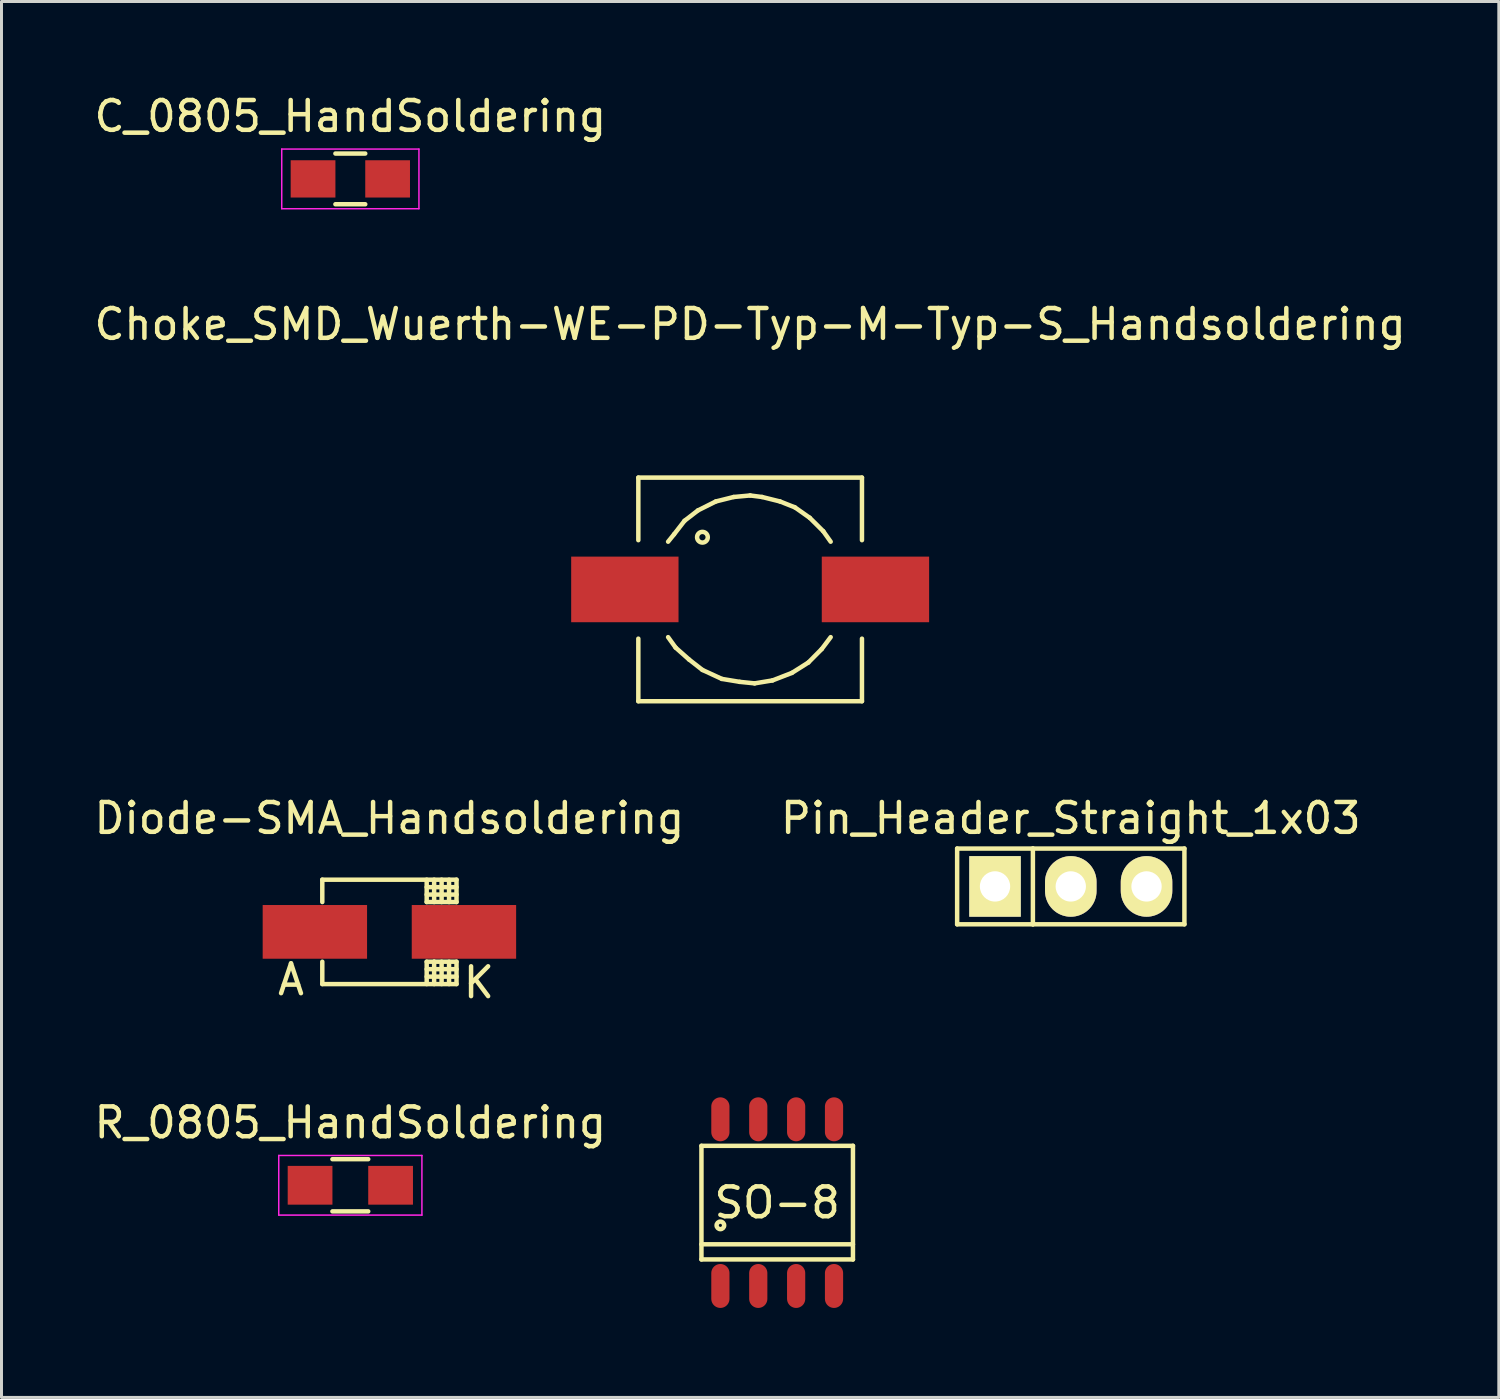
<source format=kicad_pcb>
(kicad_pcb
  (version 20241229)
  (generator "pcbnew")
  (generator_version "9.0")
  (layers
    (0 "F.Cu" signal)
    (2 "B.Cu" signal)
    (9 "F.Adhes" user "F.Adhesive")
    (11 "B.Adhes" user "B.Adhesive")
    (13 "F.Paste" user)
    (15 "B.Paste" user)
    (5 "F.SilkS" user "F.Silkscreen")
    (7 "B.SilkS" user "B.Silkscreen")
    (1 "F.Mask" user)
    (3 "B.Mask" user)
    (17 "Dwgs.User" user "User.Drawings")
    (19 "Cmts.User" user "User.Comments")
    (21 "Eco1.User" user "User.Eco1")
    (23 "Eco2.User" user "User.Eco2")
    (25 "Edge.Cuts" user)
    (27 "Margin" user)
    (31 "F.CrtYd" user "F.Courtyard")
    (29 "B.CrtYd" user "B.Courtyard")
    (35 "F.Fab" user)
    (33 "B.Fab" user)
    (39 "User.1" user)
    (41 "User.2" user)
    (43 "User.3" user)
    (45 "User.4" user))
  (footprint "C_0805_HandSoldering"
    (layer "F.Cu")
    (at 8.696 2.948)
    (property "Reference" "C_0805_HandSoldering" (at 0 -2.1 0) (layer "F.SilkS") (effects (font (size 1 1) (thickness 0.15))))
    (attr smd)
    (fp_line (start -0.5 0.85) (end 0.5 0.85) (stroke (width 0.15) (type solid)) (layer "F.SilkS"))
    (fp_line (start 0.5 -0.85) (end -0.5 -0.85) (stroke (width 0.15) (type solid)) (layer "F.SilkS"))
    (fp_line (start -2.3 -1) (end -2.3 1) (stroke (width 0.05) (type solid)) (layer "F.CrtYd"))
    (fp_line (start -2.3 -1) (end 2.3 -1) (stroke (width 0.05) (type solid)) (layer "F.CrtYd"))
    (fp_line (start -2.3 1) (end 2.3 1) (stroke (width 0.05) (type solid)) (layer "F.CrtYd"))
    (fp_line (start 2.3 -1) (end 2.3 1) (stroke (width 0.05) (type solid)) (layer "F.CrtYd"))
    (pad "1" smd rect (at -1.25 0) (size 1.5 1.25) (layers "F.Cu" "F.Mask" "F.Paste"))
    (pad "2" smd rect (at 1.25 0) (size 1.5 1.25) (layers "F.Cu" "F.Mask" "F.Paste")))
  (footprint "R_0805_HandSoldering"
    (layer "F.Cu")
    (at 8.696 36.69)
    (property "Reference" "R_0805_HandSoldering" (at 0 -2.1 0) (layer "F.SilkS") (effects (font (size 1 1) (thickness 0.15))))
    (attr smd)
    (fp_line (start -0.6 -0.875) (end 0.6 -0.875) (stroke (width 0.15) (type solid)) (layer "F.SilkS"))
    (fp_line (start 0.6 0.875) (end -0.6 0.875) (stroke (width 0.15) (type solid)) (layer "F.SilkS"))
    (fp_line (start -2.4 -1) (end -2.4 1) (stroke (width 0.05) (type solid)) (layer "F.CrtYd"))
    (fp_line (start -2.4 -1) (end 2.4 -1) (stroke (width 0.05) (type solid)) (layer "F.CrtYd"))
    (fp_line (start -2.4 1) (end 2.4 1) (stroke (width 0.05) (type solid)) (layer "F.CrtYd"))
    (fp_line (start 2.4 -1) (end 2.4 1) (stroke (width 0.05) (type solid)) (layer "F.CrtYd"))
    (pad "1" smd rect (at -1.35 0) (size 1.5 1.3) (layers "F.Cu" "F.Mask" "F.Paste"))
    (pad "2" smd rect (at 1.35 0) (size 1.5 1.3) (layers "F.Cu" "F.Mask" "F.Paste")))
  (footprint "Choke_SMD_Wuerth-WE-PD-Typ-M-Typ-S_Handsoldering"
    (layer "F.Cu")
    (at 22.101 16.712)
    (property "Reference" "Choke_SMD_Wuerth-WE-PD-Typ-M-Typ-S_Handsoldering" (at 0 -8.89 0) (layer "F.SilkS") (effects (font (size 1 1) (thickness 0.15))))
    (attr smd)
    (fp_line (start -3.749 -3.749) (end -3.749 -1.651) (stroke (width 0.15) (type solid)) (layer "F.SilkS"))
    (fp_line (start -3.749 1.651) (end -3.749 3.749) (stroke (width 0.15) (type solid)) (layer "F.SilkS"))
    (fp_line (start -3.749 3.749) (end 3.749 3.749) (stroke (width 0.15) (type solid)) (layer "F.SilkS"))
    (fp_line (start -2.751 1.6) (end -2.499 1.951) (stroke (width 0.15) (type solid)) (layer "F.SilkS"))
    (fp_line (start -2.55 -1.849) (end -2.751 -1.6) (stroke (width 0.15) (type solid)) (layer "F.SilkS"))
    (fp_line (start -2.499 1.951) (end -2.05 2.349) (stroke (width 0.15) (type solid)) (layer "F.SilkS"))
    (fp_line (start -2.2 -2.301) (end -2.55 -1.849) (stroke (width 0.15) (type solid)) (layer "F.SilkS"))
    (fp_line (start -2.05 2.349) (end -1.6 2.7) (stroke (width 0.15) (type solid)) (layer "F.SilkS"))
    (fp_line (start -1.75 -2.649) (end -2.2 -2.301) (stroke (width 0.15) (type solid)) (layer "F.SilkS"))
    (fp_line (start -1.6 2.7) (end -0.95 3) (stroke (width 0.15) (type solid)) (layer "F.SilkS"))
    (fp_line (start -1.151 -2.949) (end -1.75 -2.649) (stroke (width 0.15) (type solid)) (layer "F.SilkS"))
    (fp_line (start -0.95 3) (end -0.351 3.099) (stroke (width 0.15) (type solid)) (layer "F.SilkS"))
    (fp_line (start -0.551 -3.099) (end -1.151 -2.949) (stroke (width 0.15) (type solid)) (layer "F.SilkS"))
    (fp_line (start -0.351 3.099) (end 0.15 3.15) (stroke (width 0.15) (type solid)) (layer "F.SilkS"))
    (fp_line (start 0 -3.15) (end -0.551 -3.099) (stroke (width 0.15) (type solid)) (layer "F.SilkS"))
    (fp_line (start 0.15 3.15) (end 0.749 3.051) (stroke (width 0.15) (type solid)) (layer "F.SilkS"))
    (fp_line (start 0.399 -3.099) (end 0 -3.15) (stroke (width 0.15) (type solid)) (layer "F.SilkS"))
    (fp_line (start 0.749 3.051) (end 1.4 2.799) (stroke (width 0.15) (type solid)) (layer "F.SilkS"))
    (fp_line (start 1.001 -2.949) (end 0.399 -3.099) (stroke (width 0.15) (type solid)) (layer "F.SilkS"))
    (fp_line (start 1.4 2.799) (end 1.951 2.451) (stroke (width 0.15) (type solid)) (layer "F.SilkS"))
    (fp_line (start 1.501 -2.751) (end 1.001 -2.949) (stroke (width 0.15) (type solid)) (layer "F.SilkS"))
    (fp_line (start 1.951 2.451) (end 2.4 1.999) (stroke (width 0.15) (type solid)) (layer "F.SilkS"))
    (fp_line (start 1.999 -2.4) (end 1.501 -2.751) (stroke (width 0.15) (type solid)) (layer "F.SilkS"))
    (fp_line (start 2.4 1.999) (end 2.7 1.6) (stroke (width 0.15) (type solid)) (layer "F.SilkS"))
    (fp_line (start 2.451 -1.951) (end 1.999 -2.4) (stroke (width 0.15) (type solid)) (layer "F.SilkS"))
    (fp_line (start 2.7 -1.6) (end 2.451 -1.951) (stroke (width 0.15) (type solid)) (layer "F.SilkS"))
    (fp_line (start 3.749 -3.749) (end -3.749 -3.749) (stroke (width 0.15) (type solid)) (layer "F.SilkS"))
    (fp_line (start 3.749 -3.749) (end 3.749 -1.651) (stroke (width 0.15) (type solid)) (layer "F.SilkS"))
    (fp_line (start 3.749 3.749) (end 3.749 1.651) (stroke (width 0.15) (type solid)) (layer "F.SilkS"))
    (fp_circle (center -1.6 -1.75) (end -1.501 -1.6) (stroke (width 0.15) (type solid)) (fill no) (layer "F.SilkS"))
    (pad "1" smd rect (at -4.201 0) (size 3.599 2.2) (layers "F.Cu" "F.Mask" "F.Paste"))
    (pad "2" smd rect (at 4.201 0) (size 3.599 2.2) (layers "F.Cu" "F.Mask" "F.Paste")))
  (footprint "Diode-SMA_Handsoldering"
    (layer "F.Cu")
    (at 10.006 28.194)
    (property "Reference" "Diode-SMA_Handsoldering" (at 0 -3.81 0) (layer "F.SilkS") (effects (font (size 1 1) (thickness 0.15))))
    (attr smd)
    (fp_line (start -2.25 -1) (end -2.25 -1.75) (stroke (width 0.15) (type solid)) (layer "F.SilkS"))
    (fp_line (start -2.25 1) (end -2.25 1.75) (stroke (width 0.15) (type solid)) (layer "F.SilkS"))
    (fp_line (start -2.25 1.75) (end 2.25 1.75) (stroke (width 0.15) (type solid)) (layer "F.SilkS"))
    (fp_line (start 1.25 -1.5) (end 2.25 -1.5) (stroke (width 0.15) (type solid)) (layer "F.SilkS"))
    (fp_line (start 1.25 -1) (end 1.25 -1.75) (stroke (width 0.15) (type solid)) (layer "F.SilkS"))
    (fp_line (start 1.25 1) (end 1.25 1.75) (stroke (width 0.15) (type solid)) (layer "F.SilkS"))
    (fp_line (start 1.25 1.25) (end 2.25 1.25) (stroke (width 0.15) (type solid)) (layer "F.SilkS"))
    (fp_line (start 1.5 -1) (end 1.5 -1.75) (stroke (width 0.15) (type solid)) (layer "F.SilkS"))
    (fp_line (start 1.5 1) (end 1.25 1) (stroke (width 0.15) (type solid)) (layer "F.SilkS"))
    (fp_line (start 1.5 1.75) (end 1.5 1) (stroke (width 0.15) (type solid)) (layer "F.SilkS"))
    (fp_line (start 1.75 -1.75) (end 1.75 -1) (stroke (width 0.15) (type solid)) (layer "F.SilkS"))
    (fp_line (start 1.75 1) (end 1.75 1.75) (stroke (width 0.15) (type solid)) (layer "F.SilkS"))
    (fp_line (start 2 -1) (end 2 -1.75) (stroke (width 0.15) (type solid)) (layer "F.SilkS"))
    (fp_line (start 2 1.75) (end 2 1) (stroke (width 0.15) (type solid)) (layer "F.SilkS"))
    (fp_line (start 2.25 -1.75) (end -2.25 -1.75) (stroke (width 0.15) (type solid)) (layer "F.SilkS"))
    (fp_line (start 2.25 -1.75) (end 2.25 -1) (stroke (width 0.15) (type solid)) (layer "F.SilkS"))
    (fp_line (start 2.25 -1.25) (end 1.25 -1.25) (stroke (width 0.15) (type solid)) (layer "F.SilkS"))
    (fp_line (start 2.25 -1) (end 1.25 -1) (stroke (width 0.15) (type solid)) (layer "F.SilkS"))
    (fp_line (start 2.25 1) (end 1.5 1) (stroke (width 0.15) (type solid)) (layer "F.SilkS"))
    (fp_line (start 2.25 1.5) (end 1.25 1.5) (stroke (width 0.15) (type solid)) (layer "F.SilkS"))
    (fp_line (start 2.25 1.75) (end 2.25 1) (stroke (width 0.15) (type solid)) (layer "F.SilkS"))
    (fp_text user "A" (at -3.299 1.6 0) (layer "F.SilkS") (effects (font (size 1 1) (thickness 0.15))))
    (fp_text user "K" (at 3 1.699 0) (layer "F.SilkS") (effects (font (size 1 1) (thickness 0.15))))
    (pad "1" smd rect (at -2.499 0) (size 3.5 1.801) (layers "F.Cu" "F.Mask" "F.Paste"))
    (pad "2" smd rect (at 2.499 0) (size 3.5 1.801) (layers "F.Cu" "F.Mask" "F.Paste")))
  (footprint "Pin_Header_Straight_1x03"
    (layer "F.Cu")
    (at 32.851 26.67)
    (property "Reference" "Pin_Header_Straight_1x03" (at 0 -2.286 0) (layer "F.SilkS") (effects (font (size 1 1) (thickness 0.15))))
    (attr through_hole)
    (fp_line (start -3.81 -1.27) (end -3.81 1.27) (stroke (width 0.15) (type solid)) (layer "F.SilkS"))
    (fp_line (start -3.81 -1.27) (end -1.27 -1.27) (stroke (width 0.15) (type solid)) (layer "F.SilkS"))
    (fp_line (start -3.81 1.27) (end -1.27 1.27) (stroke (width 0.15) (type solid)) (layer "F.SilkS"))
    (fp_line (start -1.27 -1.27) (end -1.27 1.27) (stroke (width 0.15) (type solid)) (layer "F.SilkS"))
    (fp_line (start -1.27 1.27) (end 3.81 1.27) (stroke (width 0.15) (type solid)) (layer "F.SilkS"))
    (fp_line (start 3.81 -1.27) (end -1.27 -1.27) (stroke (width 0.15) (type solid)) (layer "F.SilkS"))
    (fp_line (start 3.81 1.27) (end 3.81 -1.27) (stroke (width 0.15) (type solid)) (layer "F.SilkS"))
    (pad "1" thru_hole rect (at -2.54 0) (size 1.727 2.032) (drill 1.016) (layers "*.Cu" "*.Mask" "F.SilkS"))
    (pad "2" thru_hole oval (at 0 0) (size 1.727 2.032) (drill 1.016) (layers "*.Cu" "*.Mask" "F.SilkS"))
    (pad "3" thru_hole oval (at 2.54 0) (size 1.727 2.032) (drill 1.016) (layers "*.Cu" "*.Mask" "F.SilkS")))
  (footprint "SO-8"
    (layer "F.Cu")
    (at 23.008 37.272)
    (property "Reference" "SO-8" (at 0 0 0) (layer "F.SilkS") (effects (font (size 1 1) (thickness 0.15))))
    (attr through_hole)
    (fp_line (start -2.54 -1.905) (end 2.54 -1.905) (stroke (width 0.15) (type solid)) (layer "F.SilkS"))
    (fp_line (start -2.54 1.397) (end 2.54 1.397) (stroke (width 0.15) (type solid)) (layer "F.SilkS"))
    (fp_line (start -2.54 1.905) (end -2.54 -1.905) (stroke (width 0.15) (type solid)) (layer "F.SilkS"))
    (fp_line (start -2.54 1.905) (end 2.54 1.905) (stroke (width 0.15) (type solid)) (layer "F.SilkS"))
    (fp_line (start 2.54 1.905) (end 2.54 -1.905) (stroke (width 0.15) (type solid)) (layer "F.SilkS"))
    (fp_circle (center -1.905 0.762) (end -1.778 0.762) (stroke (width 0.15) (type solid)) (fill no) (layer "F.SilkS"))
    (pad "1" smd oval (at -1.905 2.794) (size 0.61 1.473) (layers "F.Cu" "F.Mask" "F.Paste"))
    (pad "2" smd oval (at -0.635 2.794) (size 0.61 1.473) (layers "F.Cu" "F.Mask" "F.Paste"))
    (pad "3" smd oval (at 0.635 2.794) (size 0.61 1.473) (layers "F.Cu" "F.Mask" "F.Paste"))
    (pad "4" smd oval (at 1.905 2.794) (size 0.61 1.473) (layers "F.Cu" "F.Mask" "F.Paste"))
    (pad "5" smd oval (at 1.905 -2.794) (size 0.61 1.473) (layers "F.Cu" "F.Mask" "F.Paste"))
    (pad "6" smd oval (at 0.635 -2.794) (size 0.61 1.473) (layers "F.Cu" "F.Mask" "F.Paste"))
    (pad "7" smd oval (at -0.635 -2.794) (size 0.61 1.473) (layers "F.Cu" "F.Mask" "F.Paste"))
    (pad "8" smd oval (at -1.905 -2.794) (size 0.61 1.473) (layers "F.Cu" "F.Mask" "F.Paste")))
  (gr_rect
    (start -3 -3)
    (end 47.202 43.803)
    (stroke (width 0.1) (type default))
    (fill no)
    (layer "Edge.Cuts")))
</source>
